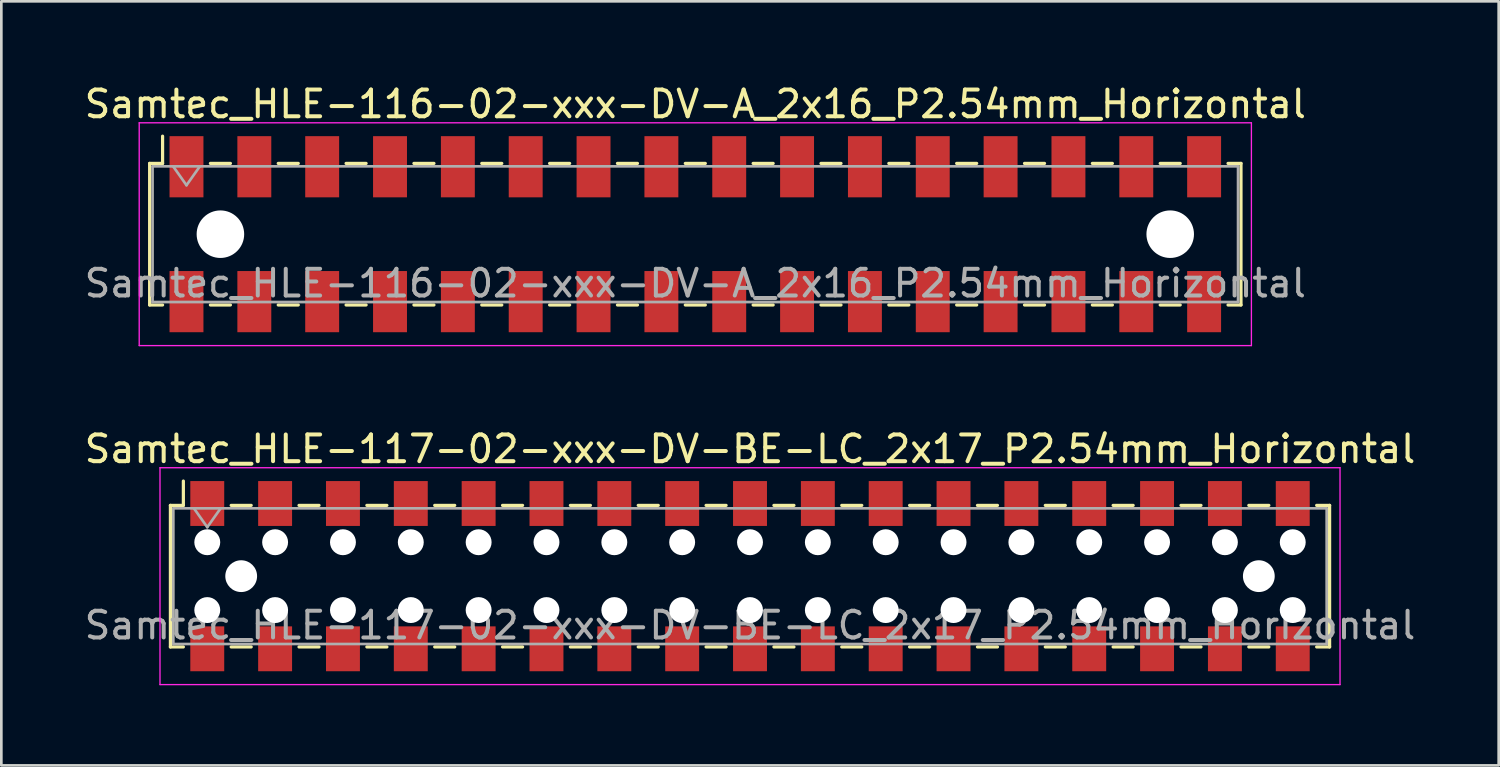
<source format=kicad_pcb>
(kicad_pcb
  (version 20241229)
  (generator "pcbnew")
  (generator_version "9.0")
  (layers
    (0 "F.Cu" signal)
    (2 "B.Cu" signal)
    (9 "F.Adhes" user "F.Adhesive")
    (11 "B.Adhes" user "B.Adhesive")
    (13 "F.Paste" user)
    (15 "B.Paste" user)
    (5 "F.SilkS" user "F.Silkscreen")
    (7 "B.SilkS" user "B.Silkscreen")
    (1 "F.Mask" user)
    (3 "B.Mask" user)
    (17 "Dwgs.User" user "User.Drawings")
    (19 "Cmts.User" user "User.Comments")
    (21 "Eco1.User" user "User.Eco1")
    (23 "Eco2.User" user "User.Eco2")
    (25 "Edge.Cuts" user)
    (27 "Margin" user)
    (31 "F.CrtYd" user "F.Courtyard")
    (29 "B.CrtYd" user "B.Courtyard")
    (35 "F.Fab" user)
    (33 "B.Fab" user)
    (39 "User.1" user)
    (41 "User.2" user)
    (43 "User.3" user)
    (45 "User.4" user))
  (footprint "Samtec_HLE-117-02-xxx-DV-BE-LC_2x17_P2.54mm_Horizontal"
    (layer "F.Cu")
    (at 25.03 18.521)
    (property "Reference" "Samtec_HLE-117-02-xxx-DV-BE-LC_2x17_P2.54mm_Horizontal" (at 0 -4.76 0) (layer "F.SilkS") (effects (font (size 1 1) (thickness 0.15))))
    (attr smd)
    (fp_line (start -21.7 -2.65) (end -21.7 2.65) (stroke (width 0.12) (type solid)) (layer "F.SilkS"))
    (fp_line (start -21.7 2.65) (end -21.215 2.65) (stroke (width 0.12) (type solid)) (layer "F.SilkS"))
    (fp_line (start -21.215 -3.56) (end -21.215 -2.65) (stroke (width 0.12) (type solid)) (layer "F.SilkS"))
    (fp_line (start -21.215 -2.65) (end -21.7 -2.65) (stroke (width 0.12) (type solid)) (layer "F.SilkS"))
    (fp_line (start -19.425 -2.65) (end -18.675 -2.65) (stroke (width 0.12) (type solid)) (layer "F.SilkS"))
    (fp_line (start -19.425 2.65) (end -18.675 2.65) (stroke (width 0.12) (type solid)) (layer "F.SilkS"))
    (fp_line (start -16.885 -2.65) (end -16.135 -2.65) (stroke (width 0.12) (type solid)) (layer "F.SilkS"))
    (fp_line (start -16.885 2.65) (end -16.135 2.65) (stroke (width 0.12) (type solid)) (layer "F.SilkS"))
    (fp_line (start -14.345 -2.65) (end -13.595 -2.65) (stroke (width 0.12) (type solid)) (layer "F.SilkS"))
    (fp_line (start -14.345 2.65) (end -13.595 2.65) (stroke (width 0.12) (type solid)) (layer "F.SilkS"))
    (fp_line (start -11.805 -2.65) (end -11.055 -2.65) (stroke (width 0.12) (type solid)) (layer "F.SilkS"))
    (fp_line (start -11.805 2.65) (end -11.055 2.65) (stroke (width 0.12) (type solid)) (layer "F.SilkS"))
    (fp_line (start -9.265 -2.65) (end -8.515 -2.65) (stroke (width 0.12) (type solid)) (layer "F.SilkS"))
    (fp_line (start -9.265 2.65) (end -8.515 2.65) (stroke (width 0.12) (type solid)) (layer "F.SilkS"))
    (fp_line (start -6.725 -2.65) (end -5.975 -2.65) (stroke (width 0.12) (type solid)) (layer "F.SilkS"))
    (fp_line (start -6.725 2.65) (end -5.975 2.65) (stroke (width 0.12) (type solid)) (layer "F.SilkS"))
    (fp_line (start -4.185 -2.65) (end -3.435 -2.65) (stroke (width 0.12) (type solid)) (layer "F.SilkS"))
    (fp_line (start -4.185 2.65) (end -3.435 2.65) (stroke (width 0.12) (type solid)) (layer "F.SilkS"))
    (fp_line (start -1.645 -2.65) (end -0.895 -2.65) (stroke (width 0.12) (type solid)) (layer "F.SilkS"))
    (fp_line (start -1.645 2.65) (end -0.895 2.65) (stroke (width 0.12) (type solid)) (layer "F.SilkS"))
    (fp_line (start 0.895 -2.65) (end 1.645 -2.65) (stroke (width 0.12) (type solid)) (layer "F.SilkS"))
    (fp_line (start 0.895 2.65) (end 1.645 2.65) (stroke (width 0.12) (type solid)) (layer "F.SilkS"))
    (fp_line (start 3.435 -2.65) (end 4.185 -2.65) (stroke (width 0.12) (type solid)) (layer "F.SilkS"))
    (fp_line (start 3.435 2.65) (end 4.185 2.65) (stroke (width 0.12) (type solid)) (layer "F.SilkS"))
    (fp_line (start 5.975 -2.65) (end 6.725 -2.65) (stroke (width 0.12) (type solid)) (layer "F.SilkS"))
    (fp_line (start 5.975 2.65) (end 6.725 2.65) (stroke (width 0.12) (type solid)) (layer "F.SilkS"))
    (fp_line (start 8.515 -2.65) (end 9.265 -2.65) (stroke (width 0.12) (type solid)) (layer "F.SilkS"))
    (fp_line (start 8.515 2.65) (end 9.265 2.65) (stroke (width 0.12) (type solid)) (layer "F.SilkS"))
    (fp_line (start 11.055 -2.65) (end 11.805 -2.65) (stroke (width 0.12) (type solid)) (layer "F.SilkS"))
    (fp_line (start 11.055 2.65) (end 11.805 2.65) (stroke (width 0.12) (type solid)) (layer "F.SilkS"))
    (fp_line (start 13.595 -2.65) (end 14.345 -2.65) (stroke (width 0.12) (type solid)) (layer "F.SilkS"))
    (fp_line (start 13.595 2.65) (end 14.345 2.65) (stroke (width 0.12) (type solid)) (layer "F.SilkS"))
    (fp_line (start 16.135 -2.65) (end 16.885 -2.65) (stroke (width 0.12) (type solid)) (layer "F.SilkS"))
    (fp_line (start 16.135 2.65) (end 16.885 2.65) (stroke (width 0.12) (type solid)) (layer "F.SilkS"))
    (fp_line (start 18.675 -2.65) (end 19.425 -2.65) (stroke (width 0.12) (type solid)) (layer "F.SilkS"))
    (fp_line (start 18.675 2.65) (end 19.425 2.65) (stroke (width 0.12) (type solid)) (layer "F.SilkS"))
    (fp_line (start 21.215 -2.65) (end 21.7 -2.65) (stroke (width 0.12) (type solid)) (layer "F.SilkS"))
    (fp_line (start 21.7 -2.65) (end 21.7 2.65) (stroke (width 0.12) (type solid)) (layer "F.SilkS"))
    (fp_line (start 21.7 2.65) (end 21.215 2.65) (stroke (width 0.12) (type solid)) (layer "F.SilkS"))
    (fp_line (start -22.09 -4.06) (end 22.09 -4.06) (stroke (width 0.05) (type solid)) (layer "F.CrtYd"))
    (fp_line (start -22.09 4.06) (end -22.09 -4.06) (stroke (width 0.05) (type solid)) (layer "F.CrtYd"))
    (fp_line (start 22.09 -4.06) (end 22.09 4.06) (stroke (width 0.05) (type solid)) (layer "F.CrtYd"))
    (fp_line (start 22.09 4.06) (end -22.09 4.06) (stroke (width 0.05) (type solid)) (layer "F.CrtYd"))
    (fp_line (start -21.59 -2.54) (end 21.59 -2.54) (stroke (width 0.1) (type solid)) (layer "F.Fab"))
    (fp_line (start -21.59 2.54) (end -21.59 -2.54) (stroke (width 0.1) (type solid)) (layer "F.Fab"))
    (fp_line (start -20.82 -2.54) (end -20.32 -1.833) (stroke (width 0.1) (type solid)) (layer "F.Fab"))
    (fp_line (start -20.32 -1.833) (end -19.82 -2.54) (stroke (width 0.1) (type solid)) (layer "F.Fab"))
    (fp_line (start 21.59 -2.54) (end 21.59 2.54) (stroke (width 0.1) (type solid)) (layer "F.Fab"))
    (fp_line (start 21.59 2.54) (end -21.59 2.54) (stroke (width 0.1) (type solid)) (layer "F.Fab"))
    (fp_text user "${REFERENCE}" (at 0 1.84 0) (layer "F.Fab") (effects (font (size 1 1) (thickness 0.15))))
    (pad "" np_thru_hole circle (at -20.32 -1.27) (size 0.97 0.97) (drill 0.97) (layers "*.Cu" "*.Mask"))
    (pad "" np_thru_hole circle (at -20.32 1.27) (size 0.97 0.97) (drill 0.97) (layers "*.Cu" "*.Mask"))
    (pad "" np_thru_hole circle (at -19.05 0) (size 1.19 1.19) (drill 1.19) (layers "*.Cu" "*.Mask"))
    (pad "" np_thru_hole circle (at -17.78 -1.27) (size 0.97 0.97) (drill 0.97) (layers "*.Cu" "*.Mask"))
    (pad "" np_thru_hole circle (at -17.78 1.27) (size 0.97 0.97) (drill 0.97) (layers "*.Cu" "*.Mask"))
    (pad "" np_thru_hole circle (at -15.24 -1.27) (size 0.97 0.97) (drill 0.97) (layers "*.Cu" "*.Mask"))
    (pad "" np_thru_hole circle (at -15.24 1.27) (size 0.97 0.97) (drill 0.97) (layers "*.Cu" "*.Mask"))
    (pad "" np_thru_hole circle (at -12.7 -1.27) (size 0.97 0.97) (drill 0.97) (layers "*.Cu" "*.Mask"))
    (pad "" np_thru_hole circle (at -12.7 1.27) (size 0.97 0.97) (drill 0.97) (layers "*.Cu" "*.Mask"))
    (pad "" np_thru_hole circle (at -10.16 -1.27) (size 0.97 0.97) (drill 0.97) (layers "*.Cu" "*.Mask"))
    (pad "" np_thru_hole circle (at -10.16 1.27) (size 0.97 0.97) (drill 0.97) (layers "*.Cu" "*.Mask"))
    (pad "" np_thru_hole circle (at -7.62 -1.27) (size 0.97 0.97) (drill 0.97) (layers "*.Cu" "*.Mask"))
    (pad "" np_thru_hole circle (at -7.62 1.27) (size 0.97 0.97) (drill 0.97) (layers "*.Cu" "*.Mask"))
    (pad "" np_thru_hole circle (at -5.08 -1.27) (size 0.97 0.97) (drill 0.97) (layers "*.Cu" "*.Mask"))
    (pad "" np_thru_hole circle (at -5.08 1.27) (size 0.97 0.97) (drill 0.97) (layers "*.Cu" "*.Mask"))
    (pad "" np_thru_hole circle (at -2.54 -1.27) (size 0.97 0.97) (drill 0.97) (layers "*.Cu" "*.Mask"))
    (pad "" np_thru_hole circle (at -2.54 1.27) (size 0.97 0.97) (drill 0.97) (layers "*.Cu" "*.Mask"))
    (pad "" np_thru_hole circle (at 0 -1.27) (size 0.97 0.97) (drill 0.97) (layers "*.Cu" "*.Mask"))
    (pad "" np_thru_hole circle (at 0 1.27) (size 0.97 0.97) (drill 0.97) (layers "*.Cu" "*.Mask"))
    (pad "" np_thru_hole circle (at 2.54 -1.27) (size 0.97 0.97) (drill 0.97) (layers "*.Cu" "*.Mask"))
    (pad "" np_thru_hole circle (at 2.54 1.27) (size 0.97 0.97) (drill 0.97) (layers "*.Cu" "*.Mask"))
    (pad "" np_thru_hole circle (at 5.08 -1.27) (size 0.97 0.97) (drill 0.97) (layers "*.Cu" "*.Mask"))
    (pad "" np_thru_hole circle (at 5.08 1.27) (size 0.97 0.97) (drill 0.97) (layers "*.Cu" "*.Mask"))
    (pad "" np_thru_hole circle (at 7.62 -1.27) (size 0.97 0.97) (drill 0.97) (layers "*.Cu" "*.Mask"))
    (pad "" np_thru_hole circle (at 7.62 1.27) (size 0.97 0.97) (drill 0.97) (layers "*.Cu" "*.Mask"))
    (pad "" np_thru_hole circle (at 10.16 -1.27) (size 0.97 0.97) (drill 0.97) (layers "*.Cu" "*.Mask"))
    (pad "" np_thru_hole circle (at 10.16 1.27) (size 0.97 0.97) (drill 0.97) (layers "*.Cu" "*.Mask"))
    (pad "" np_thru_hole circle (at 12.7 -1.27) (size 0.97 0.97) (drill 0.97) (layers "*.Cu" "*.Mask"))
    (pad "" np_thru_hole circle (at 12.7 1.27) (size 0.97 0.97) (drill 0.97) (layers "*.Cu" "*.Mask"))
    (pad "" np_thru_hole circle (at 15.24 -1.27) (size 0.97 0.97) (drill 0.97) (layers "*.Cu" "*.Mask"))
    (pad "" np_thru_hole circle (at 15.24 1.27) (size 0.97 0.97) (drill 0.97) (layers "*.Cu" "*.Mask"))
    (pad "" np_thru_hole circle (at 17.78 -1.27) (size 0.97 0.97) (drill 0.97) (layers "*.Cu" "*.Mask"))
    (pad "" np_thru_hole circle (at 17.78 1.27) (size 0.97 0.97) (drill 0.97) (layers "*.Cu" "*.Mask"))
    (pad "" np_thru_hole circle (at 19.05 0) (size 1.19 1.19) (drill 1.19) (layers "*.Cu" "*.Mask"))
    (pad "" np_thru_hole circle (at 20.32 -1.27) (size 0.97 0.97) (drill 0.97) (layers "*.Cu" "*.Mask"))
    (pad "" np_thru_hole circle (at 20.32 1.27) (size 0.97 0.97) (drill 0.97) (layers "*.Cu" "*.Mask"))
    (pad "1" smd rect (at -20.32 -2.72) (size 1.27 1.68) (layers "F.Cu" "F.Mask" "F.Paste"))
    (pad "2" smd rect (at -20.32 2.72) (size 1.27 1.68) (layers "F.Cu" "F.Mask" "F.Paste"))
    (pad "3" smd rect (at -17.78 -2.72) (size 1.27 1.68) (layers "F.Cu" "F.Mask" "F.Paste"))
    (pad "4" smd rect (at -17.78 2.72) (size 1.27 1.68) (layers "F.Cu" "F.Mask" "F.Paste"))
    (pad "5" smd rect (at -15.24 -2.72) (size 1.27 1.68) (layers "F.Cu" "F.Mask" "F.Paste"))
    (pad "6" smd rect (at -15.24 2.72) (size 1.27 1.68) (layers "F.Cu" "F.Mask" "F.Paste"))
    (pad "7" smd rect (at -12.7 -2.72) (size 1.27 1.68) (layers "F.Cu" "F.Mask" "F.Paste"))
    (pad "8" smd rect (at -12.7 2.72) (size 1.27 1.68) (layers "F.Cu" "F.Mask" "F.Paste"))
    (pad "9" smd rect (at -10.16 -2.72) (size 1.27 1.68) (layers "F.Cu" "F.Mask" "F.Paste"))
    (pad "10" smd rect (at -10.16 2.72) (size 1.27 1.68) (layers "F.Cu" "F.Mask" "F.Paste"))
    (pad "11" smd rect (at -7.62 -2.72) (size 1.27 1.68) (layers "F.Cu" "F.Mask" "F.Paste"))
    (pad "12" smd rect (at -7.62 2.72) (size 1.27 1.68) (layers "F.Cu" "F.Mask" "F.Paste"))
    (pad "13" smd rect (at -5.08 -2.72) (size 1.27 1.68) (layers "F.Cu" "F.Mask" "F.Paste"))
    (pad "14" smd rect (at -5.08 2.72) (size 1.27 1.68) (layers "F.Cu" "F.Mask" "F.Paste"))
    (pad "15" smd rect (at -2.54 -2.72) (size 1.27 1.68) (layers "F.Cu" "F.Mask" "F.Paste"))
    (pad "16" smd rect (at -2.54 2.72) (size 1.27 1.68) (layers "F.Cu" "F.Mask" "F.Paste"))
    (pad "17" smd rect (at 0 -2.72) (size 1.27 1.68) (layers "F.Cu" "F.Mask" "F.Paste"))
    (pad "18" smd rect (at 0 2.72) (size 1.27 1.68) (layers "F.Cu" "F.Mask" "F.Paste"))
    (pad "19" smd rect (at 2.54 -2.72) (size 1.27 1.68) (layers "F.Cu" "F.Mask" "F.Paste"))
    (pad "20" smd rect (at 2.54 2.72) (size 1.27 1.68) (layers "F.Cu" "F.Mask" "F.Paste"))
    (pad "21" smd rect (at 5.08 -2.72) (size 1.27 1.68) (layers "F.Cu" "F.Mask" "F.Paste"))
    (pad "22" smd rect (at 5.08 2.72) (size 1.27 1.68) (layers "F.Cu" "F.Mask" "F.Paste"))
    (pad "23" smd rect (at 7.62 -2.72) (size 1.27 1.68) (layers "F.Cu" "F.Mask" "F.Paste"))
    (pad "24" smd rect (at 7.62 2.72) (size 1.27 1.68) (layers "F.Cu" "F.Mask" "F.Paste"))
    (pad "25" smd rect (at 10.16 -2.72) (size 1.27 1.68) (layers "F.Cu" "F.Mask" "F.Paste"))
    (pad "26" smd rect (at 10.16 2.72) (size 1.27 1.68) (layers "F.Cu" "F.Mask" "F.Paste"))
    (pad "27" smd rect (at 12.7 -2.72) (size 1.27 1.68) (layers "F.Cu" "F.Mask" "F.Paste"))
    (pad "28" smd rect (at 12.7 2.72) (size 1.27 1.68) (layers "F.Cu" "F.Mask" "F.Paste"))
    (pad "29" smd rect (at 15.24 -2.72) (size 1.27 1.68) (layers "F.Cu" "F.Mask" "F.Paste"))
    (pad "30" smd rect (at 15.24 2.72) (size 1.27 1.68) (layers "F.Cu" "F.Mask" "F.Paste"))
    (pad "31" smd rect (at 17.78 -2.72) (size 1.27 1.68) (layers "F.Cu" "F.Mask" "F.Paste"))
    (pad "32" smd rect (at 17.78 2.72) (size 1.27 1.68) (layers "F.Cu" "F.Mask" "F.Paste"))
    (pad "33" smd rect (at 20.32 -2.72) (size 1.27 1.68) (layers "F.Cu" "F.Mask" "F.Paste"))
    (pad "34" smd rect (at 20.32 2.72) (size 1.27 1.68) (layers "F.Cu" "F.Mask" "F.Paste")))
  (footprint "Samtec_HLE-116-02-xxx-DV-A_2x16_P2.54mm_Horizontal"
    (layer "F.Cu")
    (at 22.982 5.718)
    (property "Reference" "Samtec_HLE-116-02-xxx-DV-A_2x16_P2.54mm_Horizontal" (at 0 -4.87 0) (layer "F.SilkS") (effects (font (size 1 1) (thickness 0.15))))
    (attr smd)
    (fp_line (start -20.43 -2.65) (end -20.43 2.65) (stroke (width 0.12) (type solid)) (layer "F.SilkS"))
    (fp_line (start -20.43 2.65) (end -19.945 2.65) (stroke (width 0.12) (type solid)) (layer "F.SilkS"))
    (fp_line (start -19.945 -3.67) (end -19.945 -2.65) (stroke (width 0.12) (type solid)) (layer "F.SilkS"))
    (fp_line (start -19.945 -2.65) (end -20.43 -2.65) (stroke (width 0.12) (type solid)) (layer "F.SilkS"))
    (fp_line (start -18.155 -2.65) (end -17.405 -2.65) (stroke (width 0.12) (type solid)) (layer "F.SilkS"))
    (fp_line (start -18.155 2.65) (end -17.405 2.65) (stroke (width 0.12) (type solid)) (layer "F.SilkS"))
    (fp_line (start -15.615 -2.65) (end -14.865 -2.65) (stroke (width 0.12) (type solid)) (layer "F.SilkS"))
    (fp_line (start -15.615 2.65) (end -14.865 2.65) (stroke (width 0.12) (type solid)) (layer "F.SilkS"))
    (fp_line (start -13.075 -2.65) (end -12.325 -2.65) (stroke (width 0.12) (type solid)) (layer "F.SilkS"))
    (fp_line (start -13.075 2.65) (end -12.325 2.65) (stroke (width 0.12) (type solid)) (layer "F.SilkS"))
    (fp_line (start -10.535 -2.65) (end -9.785 -2.65) (stroke (width 0.12) (type solid)) (layer "F.SilkS"))
    (fp_line (start -10.535 2.65) (end -9.785 2.65) (stroke (width 0.12) (type solid)) (layer "F.SilkS"))
    (fp_line (start -7.995 -2.65) (end -7.245 -2.65) (stroke (width 0.12) (type solid)) (layer "F.SilkS"))
    (fp_line (start -7.995 2.65) (end -7.245 2.65) (stroke (width 0.12) (type solid)) (layer "F.SilkS"))
    (fp_line (start -5.455 -2.65) (end -4.705 -2.65) (stroke (width 0.12) (type solid)) (layer "F.SilkS"))
    (fp_line (start -5.455 2.65) (end -4.705 2.65) (stroke (width 0.12) (type solid)) (layer "F.SilkS"))
    (fp_line (start -2.915 -2.65) (end -2.165 -2.65) (stroke (width 0.12) (type solid)) (layer "F.SilkS"))
    (fp_line (start -2.915 2.65) (end -2.165 2.65) (stroke (width 0.12) (type solid)) (layer "F.SilkS"))
    (fp_line (start -0.375 -2.65) (end 0.375 -2.65) (stroke (width 0.12) (type solid)) (layer "F.SilkS"))
    (fp_line (start -0.375 2.65) (end 0.375 2.65) (stroke (width 0.12) (type solid)) (layer "F.SilkS"))
    (fp_line (start 2.165 -2.65) (end 2.915 -2.65) (stroke (width 0.12) (type solid)) (layer "F.SilkS"))
    (fp_line (start 2.165 2.65) (end 2.915 2.65) (stroke (width 0.12) (type solid)) (layer "F.SilkS"))
    (fp_line (start 4.705 -2.65) (end 5.455 -2.65) (stroke (width 0.12) (type solid)) (layer "F.SilkS"))
    (fp_line (start 4.705 2.65) (end 5.455 2.65) (stroke (width 0.12) (type solid)) (layer "F.SilkS"))
    (fp_line (start 7.245 -2.65) (end 7.995 -2.65) (stroke (width 0.12) (type solid)) (layer "F.SilkS"))
    (fp_line (start 7.245 2.65) (end 7.995 2.65) (stroke (width 0.12) (type solid)) (layer "F.SilkS"))
    (fp_line (start 9.785 -2.65) (end 10.535 -2.65) (stroke (width 0.12) (type solid)) (layer "F.SilkS"))
    (fp_line (start 9.785 2.65) (end 10.535 2.65) (stroke (width 0.12) (type solid)) (layer "F.SilkS"))
    (fp_line (start 12.325 -2.65) (end 13.075 -2.65) (stroke (width 0.12) (type solid)) (layer "F.SilkS"))
    (fp_line (start 12.325 2.65) (end 13.075 2.65) (stroke (width 0.12) (type solid)) (layer "F.SilkS"))
    (fp_line (start 14.865 -2.65) (end 15.615 -2.65) (stroke (width 0.12) (type solid)) (layer "F.SilkS"))
    (fp_line (start 14.865 2.65) (end 15.615 2.65) (stroke (width 0.12) (type solid)) (layer "F.SilkS"))
    (fp_line (start 17.405 -2.65) (end 18.155 -2.65) (stroke (width 0.12) (type solid)) (layer "F.SilkS"))
    (fp_line (start 17.405 2.65) (end 18.155 2.65) (stroke (width 0.12) (type solid)) (layer "F.SilkS"))
    (fp_line (start 19.945 -2.65) (end 20.43 -2.65) (stroke (width 0.12) (type solid)) (layer "F.SilkS"))
    (fp_line (start 20.43 -2.65) (end 20.43 2.65) (stroke (width 0.12) (type solid)) (layer "F.SilkS"))
    (fp_line (start 20.43 2.65) (end 19.945 2.65) (stroke (width 0.12) (type solid)) (layer "F.SilkS"))
    (fp_line (start -20.82 -4.17) (end 20.82 -4.17) (stroke (width 0.05) (type solid)) (layer "F.CrtYd"))
    (fp_line (start -20.82 4.17) (end -20.82 -4.17) (stroke (width 0.05) (type solid)) (layer "F.CrtYd"))
    (fp_line (start 20.82 -4.17) (end 20.82 4.17) (stroke (width 0.05) (type solid)) (layer "F.CrtYd"))
    (fp_line (start 20.82 4.17) (end -20.82 4.17) (stroke (width 0.05) (type solid)) (layer "F.CrtYd"))
    (fp_line (start -20.32 -2.54) (end 20.32 -2.54) (stroke (width 0.1) (type solid)) (layer "F.Fab"))
    (fp_line (start -20.32 2.54) (end -20.32 -2.54) (stroke (width 0.1) (type solid)) (layer "F.Fab"))
    (fp_line (start -19.55 -2.54) (end -19.05 -1.833) (stroke (width 0.1) (type solid)) (layer "F.Fab"))
    (fp_line (start -19.05 -1.833) (end -18.55 -2.54) (stroke (width 0.1) (type solid)) (layer "F.Fab"))
    (fp_line (start 20.32 -2.54) (end 20.32 2.54) (stroke (width 0.1) (type solid)) (layer "F.Fab"))
    (fp_line (start 20.32 2.54) (end -20.32 2.54) (stroke (width 0.1) (type solid)) (layer "F.Fab"))
    (fp_text user "${REFERENCE}" (at 0 1.84 0) (layer "F.Fab") (effects (font (size 1 1) (thickness 0.15))))
    (pad "" np_thru_hole circle (at -17.78 0) (size 1.78 1.78) (drill 1.78) (layers "*.Cu" "*.Mask"))
    (pad "" np_thru_hole circle (at 17.78 0) (size 1.78 1.78) (drill 1.78) (layers "*.Cu" "*.Mask"))
    (pad "1" smd rect (at -19.05 -2.525) (size 1.27 2.29) (layers "F.Cu" "F.Mask" "F.Paste"))
    (pad "2" smd rect (at -19.05 2.525) (size 1.27 2.29) (layers "F.Cu" "F.Mask" "F.Paste"))
    (pad "3" smd rect (at -16.51 -2.525) (size 1.27 2.29) (layers "F.Cu" "F.Mask" "F.Paste"))
    (pad "4" smd rect (at -16.51 2.525) (size 1.27 2.29) (layers "F.Cu" "F.Mask" "F.Paste"))
    (pad "5" smd rect (at -13.97 -2.525) (size 1.27 2.29) (layers "F.Cu" "F.Mask" "F.Paste"))
    (pad "6" smd rect (at -13.97 2.525) (size 1.27 2.29) (layers "F.Cu" "F.Mask" "F.Paste"))
    (pad "7" smd rect (at -11.43 -2.525) (size 1.27 2.29) (layers "F.Cu" "F.Mask" "F.Paste"))
    (pad "8" smd rect (at -11.43 2.525) (size 1.27 2.29) (layers "F.Cu" "F.Mask" "F.Paste"))
    (pad "9" smd rect (at -8.89 -2.525) (size 1.27 2.29) (layers "F.Cu" "F.Mask" "F.Paste"))
    (pad "10" smd rect (at -8.89 2.525) (size 1.27 2.29) (layers "F.Cu" "F.Mask" "F.Paste"))
    (pad "11" smd rect (at -6.35 -2.525) (size 1.27 2.29) (layers "F.Cu" "F.Mask" "F.Paste"))
    (pad "12" smd rect (at -6.35 2.525) (size 1.27 2.29) (layers "F.Cu" "F.Mask" "F.Paste"))
    (pad "13" smd rect (at -3.81 -2.525) (size 1.27 2.29) (layers "F.Cu" "F.Mask" "F.Paste"))
    (pad "14" smd rect (at -3.81 2.525) (size 1.27 2.29) (layers "F.Cu" "F.Mask" "F.Paste"))
    (pad "15" smd rect (at -1.27 -2.525) (size 1.27 2.29) (layers "F.Cu" "F.Mask" "F.Paste"))
    (pad "16" smd rect (at -1.27 2.525) (size 1.27 2.29) (layers "F.Cu" "F.Mask" "F.Paste"))
    (pad "17" smd rect (at 1.27 -2.525) (size 1.27 2.29) (layers "F.Cu" "F.Mask" "F.Paste"))
    (pad "18" smd rect (at 1.27 2.525) (size 1.27 2.29) (layers "F.Cu" "F.Mask" "F.Paste"))
    (pad "19" smd rect (at 3.81 -2.525) (size 1.27 2.29) (layers "F.Cu" "F.Mask" "F.Paste"))
    (pad "20" smd rect (at 3.81 2.525) (size 1.27 2.29) (layers "F.Cu" "F.Mask" "F.Paste"))
    (pad "21" smd rect (at 6.35 -2.525) (size 1.27 2.29) (layers "F.Cu" "F.Mask" "F.Paste"))
    (pad "22" smd rect (at 6.35 2.525) (size 1.27 2.29) (layers "F.Cu" "F.Mask" "F.Paste"))
    (pad "23" smd rect (at 8.89 -2.525) (size 1.27 2.29) (layers "F.Cu" "F.Mask" "F.Paste"))
    (pad "24" smd rect (at 8.89 2.525) (size 1.27 2.29) (layers "F.Cu" "F.Mask" "F.Paste"))
    (pad "25" smd rect (at 11.43 -2.525) (size 1.27 2.29) (layers "F.Cu" "F.Mask" "F.Paste"))
    (pad "26" smd rect (at 11.43 2.525) (size 1.27 2.29) (layers "F.Cu" "F.Mask" "F.Paste"))
    (pad "27" smd rect (at 13.97 -2.525) (size 1.27 2.29) (layers "F.Cu" "F.Mask" "F.Paste"))
    (pad "28" smd rect (at 13.97 2.525) (size 1.27 2.29) (layers "F.Cu" "F.Mask" "F.Paste"))
    (pad "29" smd rect (at 16.51 -2.525) (size 1.27 2.29) (layers "F.Cu" "F.Mask" "F.Paste"))
    (pad "30" smd rect (at 16.51 2.525) (size 1.27 2.29) (layers "F.Cu" "F.Mask" "F.Paste"))
    (pad "31" smd rect (at 19.05 -2.525) (size 1.27 2.29) (layers "F.Cu" "F.Mask" "F.Paste"))
    (pad "32" smd rect (at 19.05 2.525) (size 1.27 2.29) (layers "F.Cu" "F.Mask" "F.Paste")))
  (gr_rect
    (start -3 -3)
    (end 53.06 25.607)
    (stroke (width 0.1) (type default))
    (fill no)
    (layer "Edge.Cuts")))
</source>
